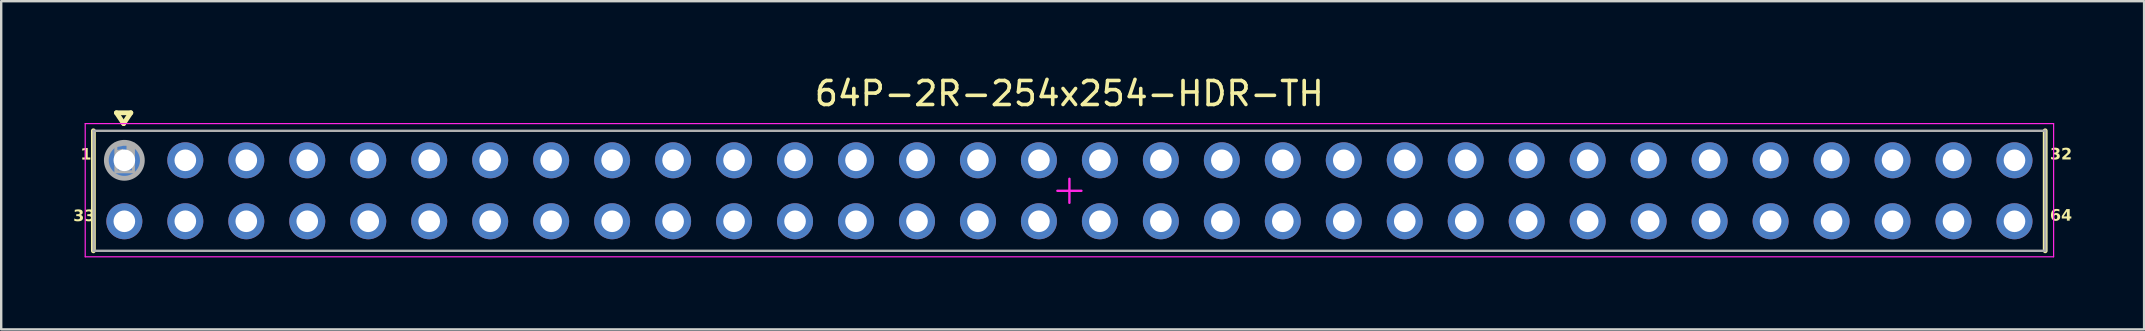
<source format=kicad_pcb>
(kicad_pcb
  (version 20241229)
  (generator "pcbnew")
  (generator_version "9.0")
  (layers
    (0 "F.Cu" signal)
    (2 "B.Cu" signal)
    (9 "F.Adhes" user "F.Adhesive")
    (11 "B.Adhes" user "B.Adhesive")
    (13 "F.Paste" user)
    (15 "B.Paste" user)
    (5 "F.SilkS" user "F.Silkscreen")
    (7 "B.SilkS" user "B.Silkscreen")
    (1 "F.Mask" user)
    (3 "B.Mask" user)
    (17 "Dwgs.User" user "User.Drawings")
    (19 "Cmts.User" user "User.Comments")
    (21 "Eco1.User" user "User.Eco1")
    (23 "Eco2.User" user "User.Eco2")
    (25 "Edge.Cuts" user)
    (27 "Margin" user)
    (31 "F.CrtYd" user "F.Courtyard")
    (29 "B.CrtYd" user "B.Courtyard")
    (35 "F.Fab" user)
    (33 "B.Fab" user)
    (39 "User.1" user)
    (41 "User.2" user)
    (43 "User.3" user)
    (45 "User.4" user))
  (footprint "64P-2R-254x254-HDR-TH"
    (layer "F.Cu")
    (at 41.5 4.898)
    (property "Reference" "64P-2R-254x254-HDR-TH" (at -0.005 -4.05 0) (layer "F.SilkS") (effects (font (size 1 1) (thickness 0.15))))
    (fp_line (start -40.66 2.5) (end -40.66 -2.5) (stroke (width 0.2) (type solid)) (layer "F.SilkS"))
    (fp_line (start -39.7 -3.25) (end -39.4 -2.8) (stroke (width 0.2) (type solid)) (layer "F.SilkS"))
    (fp_line (start -39.7 -3.25) (end -39.1 -3.25) (stroke (width 0.2) (type solid)) (layer "F.SilkS"))
    (fp_line (start -39.4 -2.8) (end -39.1 -3.25) (stroke (width 0.2) (type solid)) (layer "F.SilkS"))
    (fp_line (start 40.65 2.5) (end 40.65 -2.5) (stroke (width 0.2) (type solid)) (layer "F.SilkS"))
    (fp_line (start -41 -2.8) (end 41 -2.8) (stroke (width 0.05) (type solid)) (layer "F.CrtYd"))
    (fp_line (start -41 2.75) (end -41 -2.8) (stroke (width 0.05) (type solid)) (layer "F.CrtYd"))
    (fp_line (start -41 2.75) (end 41 2.75) (stroke (width 0.05) (type solid)) (layer "F.CrtYd"))
    (fp_line (start -0.5 0) (end 0.5 0) (stroke (width 0.1) (type solid)) (layer "F.CrtYd"))
    (fp_line (start 0 0.5) (end 0 -0.5) (stroke (width 0.1) (type solid)) (layer "F.CrtYd"))
    (fp_line (start 41 2.75) (end 41 -2.8) (stroke (width 0.05) (type solid)) (layer "F.CrtYd"))
    (fp_line (start -40.65 -2.5) (end 40.65 -2.5) (stroke (width 0.1) (type solid)) (layer "F.Fab"))
    (fp_line (start -40.65 2.5) (end -40.65 -2.5) (stroke (width 0.1) (type solid)) (layer "F.Fab"))
    (fp_line (start -40.65 2.5) (end 40.65 2.5) (stroke (width 0.1) (type solid)) (layer "F.Fab"))
    (fp_line (start 40.65 2.5) (end 40.65 -2.5) (stroke (width 0.1) (type solid)) (layer "F.Fab"))
    (fp_circle (center -39.37 -1.27) (end -39.37 -2.02) (stroke (width 0.2) (type solid)) (fill no) (layer "F.Fab"))
    (fp_text user "32" (at 40.85 -1.226 0) (unlocked yes) (layer "F.SilkS") (effects (font (face "Arial Black") (size 0.472 0.472) (thickness 0.1)) (justify left bottom)))
    (fp_text user "1" (at -41.2 -1.22 0) (unlocked yes) (layer "F.SilkS") (effects (font (face "Arial Black") (size 0.472 0.472) (thickness 0.1)) (justify left bottom)))
    (fp_text user "33" (at -41.5 1.344 0) (unlocked yes) (layer "F.SilkS") (effects (font (face "Arial Black") (size 0.472 0.472) (thickness 0.1)) (justify left bottom)))
    (fp_text user "64" (at 40.85 1.324 0) (unlocked yes) (layer "F.SilkS") (effects (font (face "Arial Black") (size 0.472 0.472) (thickness 0.1)) (justify left bottom)))
    (fp_text user "1" (at -39.37 -1.27 0) (unlocked yes) (layer "F.Fab" knockout) (effects (font (face "Arial") (size 1 1) (thickness 0.254))))
    (pad "1" thru_hole circle (at -39.37 -1.27 180) (size 1.5 1.5) (drill 0.9) (layers "*.Cu" "*.Mask"))
    (pad "2" thru_hole circle (at -36.83 -1.27 180) (size 1.5 1.5) (drill 0.9) (layers "*.Cu" "*.Mask"))
    (pad "3" thru_hole circle (at -34.29 -1.27 180) (size 1.5 1.5) (drill 0.9) (layers "*.Cu" "*.Mask"))
    (pad "4" thru_hole circle (at -31.75 -1.27 180) (size 1.5 1.5) (drill 0.9) (layers "*.Cu" "*.Mask"))
    (pad "5" thru_hole circle (at -29.21 -1.27 180) (size 1.5 1.5) (drill 0.9) (layers "*.Cu" "*.Mask"))
    (pad "6" thru_hole circle (at -26.67 -1.27 180) (size 1.5 1.5) (drill 0.9) (layers "*.Cu" "*.Mask"))
    (pad "7" thru_hole circle (at -24.13 -1.27 180) (size 1.5 1.5) (drill 0.9) (layers "*.Cu" "*.Mask"))
    (pad "8" thru_hole circle (at -21.59 -1.27 180) (size 1.5 1.5) (drill 0.9) (layers "*.Cu" "*.Mask"))
    (pad "9" thru_hole circle (at -19.05 -1.27 180) (size 1.5 1.5) (drill 0.9) (layers "*.Cu" "*.Mask"))
    (pad "10" thru_hole circle (at -16.51 -1.27 180) (size 1.5 1.5) (drill 0.9) (layers "*.Cu" "*.Mask"))
    (pad "11" thru_hole circle (at -13.97 -1.27 180) (size 1.5 1.5) (drill 0.9) (layers "*.Cu" "*.Mask"))
    (pad "12" thru_hole circle (at -11.43 -1.27 180) (size 1.5 1.5) (drill 0.9) (layers "*.Cu" "*.Mask"))
    (pad "13" thru_hole circle (at -8.89 -1.27 180) (size 1.5 1.5) (drill 0.9) (layers "*.Cu" "*.Mask"))
    (pad "14" thru_hole circle (at -6.35 -1.27 180) (size 1.5 1.5) (drill 0.9) (layers "*.Cu" "*.Mask"))
    (pad "15" thru_hole circle (at -3.81 -1.27 180) (size 1.5 1.5) (drill 0.9) (layers "*.Cu" "*.Mask"))
    (pad "16" thru_hole circle (at -1.27 -1.27 180) (size 1.5 1.5) (drill 0.9) (layers "*.Cu" "*.Mask"))
    (pad "17" thru_hole circle (at 1.27 -1.27 180) (size 1.5 1.5) (drill 0.9) (layers "*.Cu" "*.Mask"))
    (pad "18" thru_hole circle (at 3.81 -1.27 180) (size 1.5 1.5) (drill 0.9) (layers "*.Cu" "*.Mask"))
    (pad "19" thru_hole circle (at 6.35 -1.27 180) (size 1.5 1.5) (drill 0.9) (layers "*.Cu" "*.Mask"))
    (pad "20" thru_hole circle (at 8.89 -1.27 180) (size 1.5 1.5) (drill 0.9) (layers "*.Cu" "*.Mask"))
    (pad "21" thru_hole circle (at 11.43 -1.27 180) (size 1.5 1.5) (drill 0.9) (layers "*.Cu" "*.Mask"))
    (pad "22" thru_hole circle (at 13.97 -1.27 180) (size 1.5 1.5) (drill 0.9) (layers "*.Cu" "*.Mask"))
    (pad "23" thru_hole circle (at 16.51 -1.27 180) (size 1.5 1.5) (drill 0.9) (layers "*.Cu" "*.Mask"))
    (pad "24" thru_hole circle (at 19.05 -1.27 180) (size 1.5 1.5) (drill 0.9) (layers "*.Cu" "*.Mask"))
    (pad "25" thru_hole circle (at 21.59 -1.27 180) (size 1.5 1.5) (drill 0.9) (layers "*.Cu" "*.Mask"))
    (pad "26" thru_hole circle (at 24.13 -1.27 180) (size 1.5 1.5) (drill 0.9) (layers "*.Cu" "*.Mask"))
    (pad "27" thru_hole circle (at 26.67 -1.27 180) (size 1.5 1.5) (drill 0.9) (layers "*.Cu" "*.Mask"))
    (pad "28" thru_hole circle (at 29.21 -1.27 180) (size 1.5 1.5) (drill 0.9) (layers "*.Cu" "*.Mask"))
    (pad "29" thru_hole circle (at 31.75 -1.27 180) (size 1.5 1.5) (drill 0.9) (layers "*.Cu" "*.Mask"))
    (pad "30" thru_hole circle (at 34.29 -1.27 180) (size 1.5 1.5) (drill 0.9) (layers "*.Cu" "*.Mask"))
    (pad "31" thru_hole circle (at 36.83 -1.27 180) (size 1.5 1.5) (drill 0.9) (layers "*.Cu" "*.Mask"))
    (pad "32" thru_hole circle (at 39.37 -1.27 180) (size 1.5 1.5) (drill 0.9) (layers "*.Cu" "*.Mask"))
    (pad "33" thru_hole circle (at -39.37 1.27 180) (size 1.5 1.5) (drill 0.9) (layers "*.Cu" "*.Mask"))
    (pad "34" thru_hole circle (at -36.83 1.27 180) (size 1.5 1.5) (drill 0.9) (layers "*.Cu" "*.Mask"))
    (pad "35" thru_hole circle (at -34.29 1.27 180) (size 1.5 1.5) (drill 0.9) (layers "*.Cu" "*.Mask"))
    (pad "36" thru_hole circle (at -31.75 1.27 180) (size 1.5 1.5) (drill 0.9) (layers "*.Cu" "*.Mask"))
    (pad "37" thru_hole circle (at -29.21 1.27 180) (size 1.5 1.5) (drill 0.9) (layers "*.Cu" "*.Mask"))
    (pad "38" thru_hole circle (at -26.67 1.27 180) (size 1.5 1.5) (drill 0.9) (layers "*.Cu" "*.Mask"))
    (pad "39" thru_hole circle (at -24.13 1.27 180) (size 1.5 1.5) (drill 0.9) (layers "*.Cu" "*.Mask"))
    (pad "40" thru_hole circle (at -21.59 1.27 180) (size 1.5 1.5) (drill 0.9) (layers "*.Cu" "*.Mask"))
    (pad "41" thru_hole circle (at -19.05 1.27 180) (size 1.5 1.5) (drill 0.9) (layers "*.Cu" "*.Mask"))
    (pad "42" thru_hole circle (at -16.51 1.27 180) (size 1.5 1.5) (drill 0.9) (layers "*.Cu" "*.Mask"))
    (pad "43" thru_hole circle (at -13.97 1.27 180) (size 1.5 1.5) (drill 0.9) (layers "*.Cu" "*.Mask"))
    (pad "44" thru_hole circle (at -11.43 1.27 180) (size 1.5 1.5) (drill 0.9) (layers "*.Cu" "*.Mask"))
    (pad "45" thru_hole circle (at -8.89 1.27 180) (size 1.5 1.5) (drill 0.9) (layers "*.Cu" "*.Mask"))
    (pad "46" thru_hole circle (at -6.35 1.27 180) (size 1.5 1.5) (drill 0.9) (layers "*.Cu" "*.Mask"))
    (pad "47" thru_hole circle (at -3.81 1.27 180) (size 1.5 1.5) (drill 0.9) (layers "*.Cu" "*.Mask"))
    (pad "48" thru_hole circle (at -1.27 1.27 180) (size 1.5 1.5) (drill 0.9) (layers "*.Cu" "*.Mask"))
    (pad "49" thru_hole circle (at 1.27 1.27 180) (size 1.5 1.5) (drill 0.9) (layers "*.Cu" "*.Mask"))
    (pad "50" thru_hole circle (at 3.81 1.27 180) (size 1.5 1.5) (drill 0.9) (layers "*.Cu" "*.Mask"))
    (pad "51" thru_hole circle (at 6.35 1.27 180) (size 1.5 1.5) (drill 0.9) (layers "*.Cu" "*.Mask"))
    (pad "52" thru_hole circle (at 8.89 1.27 180) (size 1.5 1.5) (drill 0.9) (layers "*.Cu" "*.Mask"))
    (pad "53" thru_hole circle (at 11.43 1.27 180) (size 1.5 1.5) (drill 0.9) (layers "*.Cu" "*.Mask"))
    (pad "54" thru_hole circle (at 13.97 1.27 180) (size 1.5 1.5) (drill 0.9) (layers "*.Cu" "*.Mask"))
    (pad "55" thru_hole circle (at 16.51 1.27 180) (size 1.5 1.5) (drill 0.9) (layers "*.Cu" "*.Mask"))
    (pad "56" thru_hole circle (at 19.05 1.27 180) (size 1.5 1.5) (drill 0.9) (layers "*.Cu" "*.Mask"))
    (pad "57" thru_hole circle (at 21.59 1.27 180) (size 1.5 1.5) (drill 0.9) (layers "*.Cu" "*.Mask"))
    (pad "58" thru_hole circle (at 24.13 1.27 180) (size 1.5 1.5) (drill 0.9) (layers "*.Cu" "*.Mask"))
    (pad "59" thru_hole circle (at 26.67 1.27 180) (size 1.5 1.5) (drill 0.9) (layers "*.Cu" "*.Mask"))
    (pad "60" thru_hole circle (at 29.21 1.27 180) (size 1.5 1.5) (drill 0.9) (layers "*.Cu" "*.Mask"))
    (pad "61" thru_hole circle (at 31.75 1.27 180) (size 1.5 1.5) (drill 0.9) (layers "*.Cu" "*.Mask"))
    (pad "62" thru_hole circle (at 34.29 1.27 180) (size 1.5 1.5) (drill 0.9) (layers "*.Cu" "*.Mask"))
    (pad "63" thru_hole circle (at 36.83 1.27 180) (size 1.5 1.5) (drill 0.9) (layers "*.Cu" "*.Mask"))
    (pad "64" thru_hole circle (at 39.37 1.27 180) (size 1.5 1.5) (drill 0.9) (layers "*.Cu" "*.Mask")))
  (gr_rect
    (start -3 -3)
    (end 86.27 10.673)
    (stroke (width 0.1) (type default))
    (fill no)
    (layer "Edge.Cuts")))
</source>
